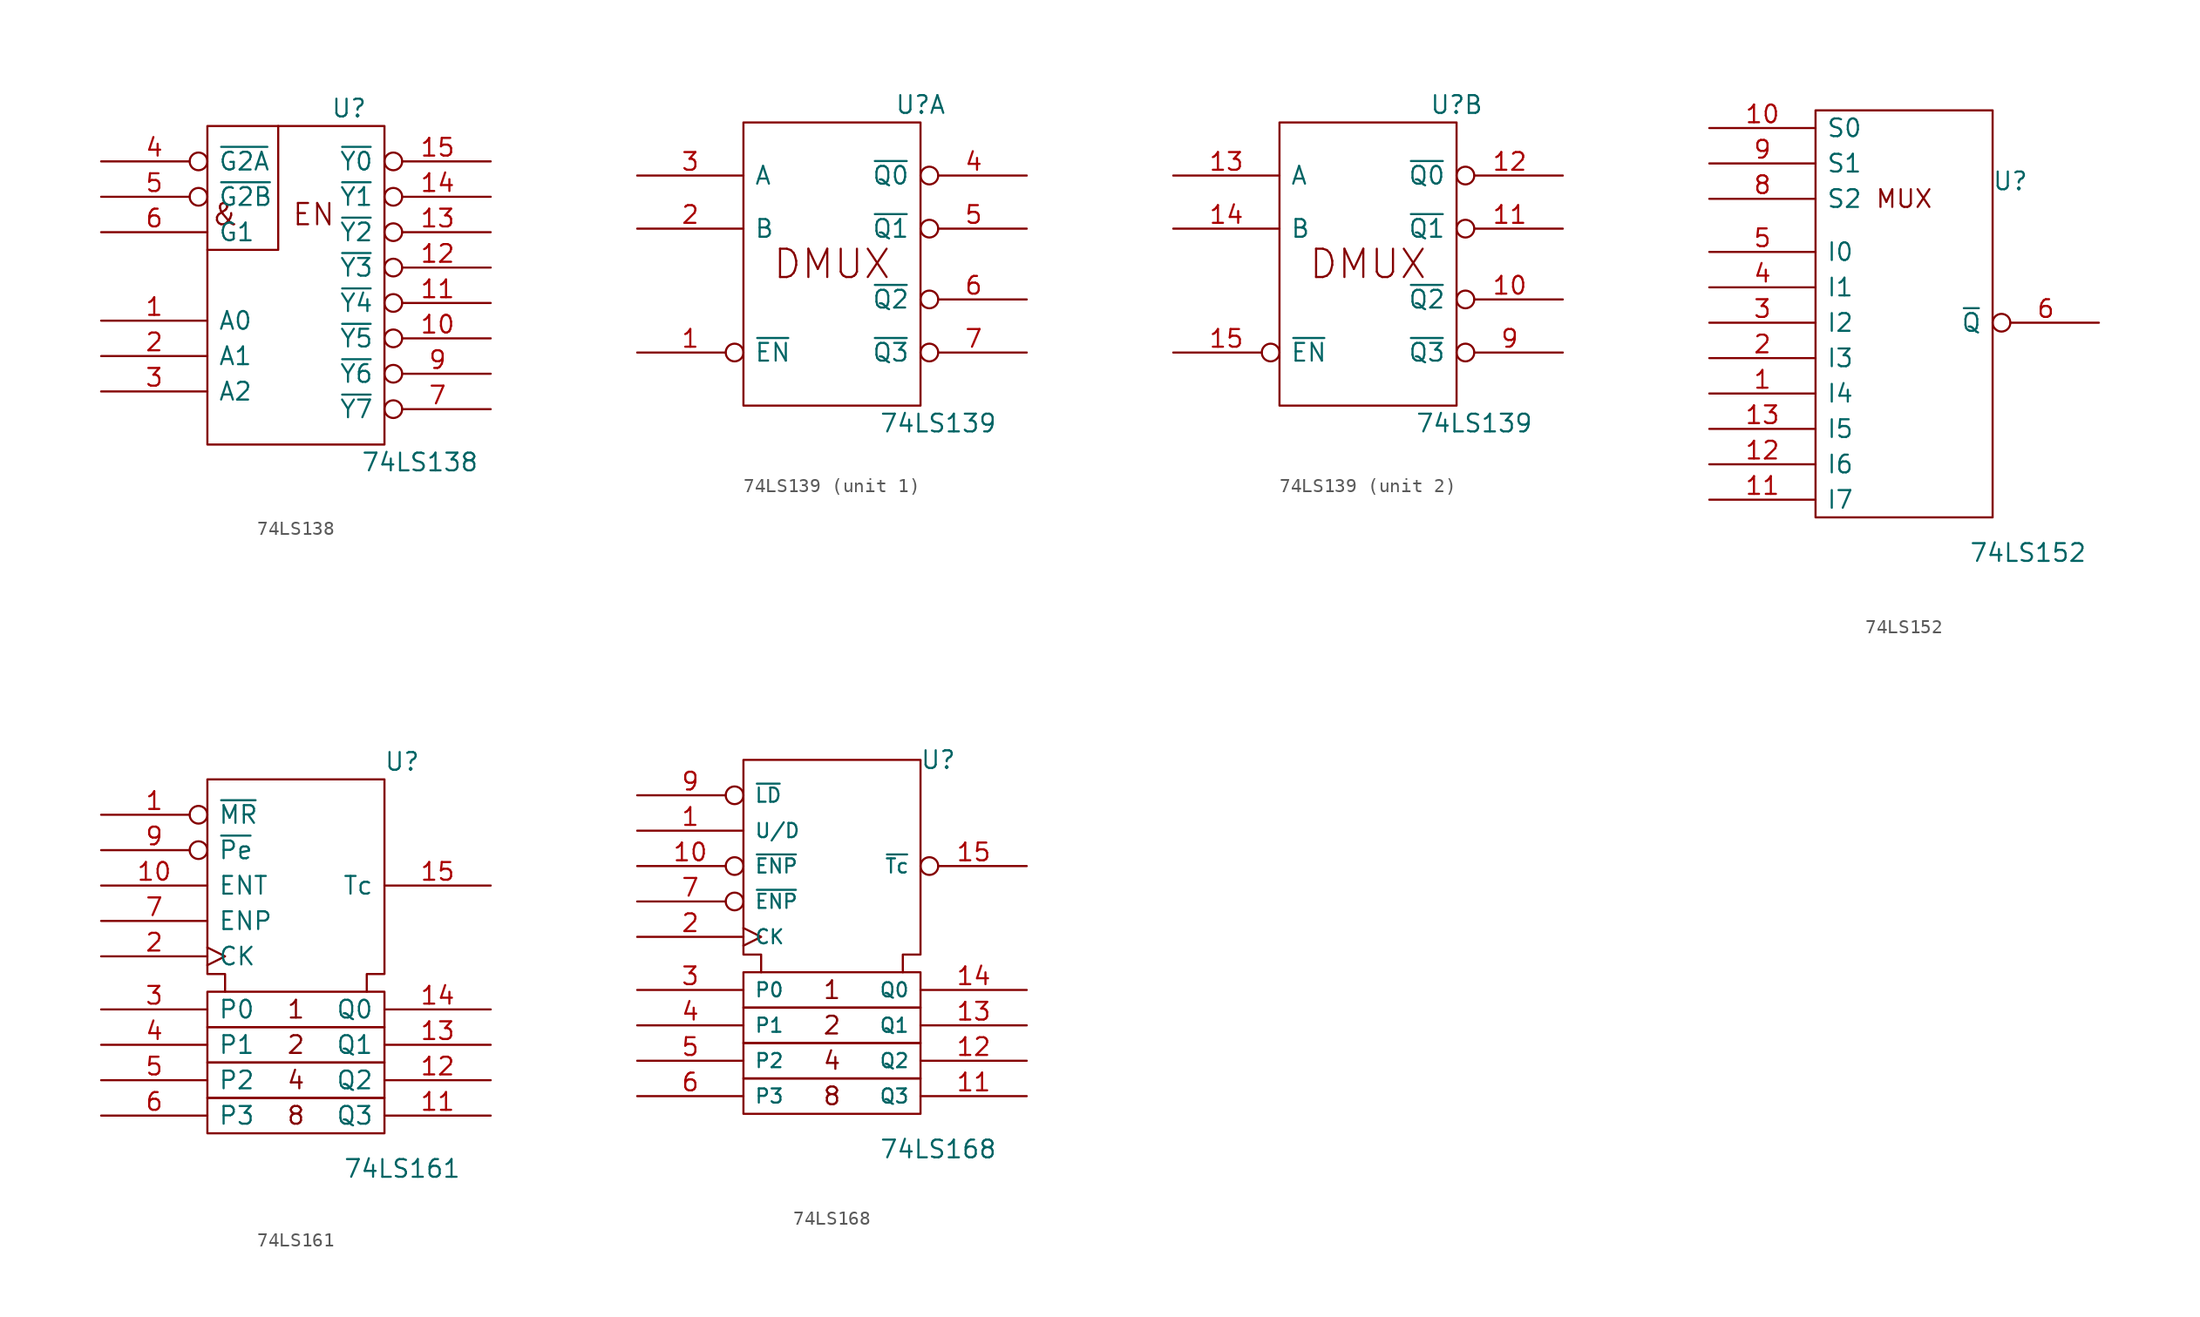
<source format=kicad_sym>
(kicad_symbol_lib
  (version 20201005)
  (generator kicad_symbol_editor)
  (symbol "74LS138"
    (pin_names
      (offset 0.762))
    (property "Reference" "U"
      (at 3.81 8.89 0)
      (effects (font (size 1.27 1.27))))
    (property "Value" "74LS138"
      (at 8.89 -16.51 0)
      (effects (font (size 1.27 1.27))))
    (symbol "74LS138_0_0"
      (text "&" (at -5.08 1.27 0) (effects (font (size 1.524 1.524))))
      (text "EN" (at 1.27 1.27 0) (effects (font (size 1.524 1.524))))
      (polyline (pts (xy -1.27 7.62) (xy -1.27 -1.27) (xy -6.35 -1.27) (xy -6.35 -1.27)) (stroke (width 0)) (fill (type none)))
      (pin power_in line (at 0 7.62 270) (length 0) hide (name "VCC" (effects (font (size 1.27 1.27)))) (number "16" (effects (font (size 1.27 1.27))))))
    (symbol "74LS138_0_1"
      (rectangle (start -6.35 7.62) (end 6.35 -15.24) (stroke (width 0)) (fill (type none))))
    (symbol "74LS138_1_1"
      (pin output inverted (at 13.97 -12.7 180) (length 7.62) (name "~Y7" (effects (font (size 1.27 1.27)))) (number "7" (effects (font (size 1.27 1.27)))))
      (pin output inverted (at 13.97 -10.16 180) (length 7.62) (name "~Y6" (effects (font (size 1.27 1.27)))) (number "9" (effects (font (size 1.27 1.27)))))
      (pin output inverted (at 13.97 -7.62 180) (length 7.62) (name "~Y5" (effects (font (size 1.27 1.27)))) (number "10" (effects (font (size 1.27 1.27)))))
      (pin output inverted (at 13.97 -5.08 180) (length 7.62) (name "~Y4" (effects (font (size 1.27 1.27)))) (number "11" (effects (font (size 1.27 1.27)))))
      (pin output inverted (at 13.97 -2.54 180) (length 7.62) (name "~Y3" (effects (font (size 1.27 1.27)))) (number "12" (effects (font (size 1.27 1.27)))))
      (pin output inverted (at 13.97 0 180) (length 7.62) (name "~Y2" (effects (font (size 1.27 1.27)))) (number "13" (effects (font (size 1.27 1.27)))))
      (pin output inverted (at 13.97 2.54 180) (length 7.62) (name "~Y1" (effects (font (size 1.27 1.27)))) (number "14" (effects (font (size 1.27 1.27)))))
      (pin output inverted (at 13.97 5.08 180) (length 7.62) (name "~Y0" (effects (font (size 1.27 1.27)))) (number "15" (effects (font (size 1.27 1.27)))))
      (pin input line (at -13.97 -11.43 0) (length 7.62) (name "A2" (effects (font (size 1.27 1.27)))) (number "3" (effects (font (size 1.27 1.27)))))
      (pin input line (at -13.97 -8.89 0) (length 7.62) (name "A1" (effects (font (size 1.27 1.27)))) (number "2" (effects (font (size 1.27 1.27)))))
      (pin input line (at -13.97 -6.35 0) (length 7.62) (name "A0" (effects (font (size 1.27 1.27)))) (number "1" (effects (font (size 1.27 1.27)))))
      (pin input line (at -13.97 0 0) (length 7.62) (name "G1" (effects (font (size 1.27 1.27)))) (number "6" (effects (font (size 1.27 1.27)))))
      (pin input inverted (at -13.97 2.54 0) (length 7.62) (name "~G2B" (effects (font (size 1.27 1.27)))) (number "5" (effects (font (size 1.27 1.27)))))
      (pin input inverted (at -13.97 5.08 0) (length 7.62) (name "~G2A" (effects (font (size 1.27 1.27)))) (number "4" (effects (font (size 1.27 1.27)))))
      (pin power_in line (at 0 -15.24 90) (length 0) hide (name "GND" (effects (font (size 1.27 1.27)))) (number "8" (effects (font (size 1.27 1.27)))))))
  (symbol "74LS139"
    (pin_names
      (offset 0.762))
    (property "Reference" "U"
      (at 6.35 11.43 0)
      (effects (font (size 1.27 1.27))))
    (property "Value" "74LS139"
      (at 7.62 -11.43 0)
      (effects (font (size 1.27 1.27))))
    (symbol "74LS139_0_0"
      (text "DMUX" (at 0 0 0) (effects (font (size 2.032 2.032))))
      (rectangle (start -6.35 10.16) (end 6.35 -10.16) (stroke (width 0)) (fill (type none)))
      (pin power_in line (at 0 10.16 270) (length 0) hide (name "VCC" (effects (font (size 1.27 1.27)))) (number "16" (effects (font (size 1.27 1.27)))))
      (pin power_in line (at 0 -10.16 90) (length 0) hide (name "GND" (effects (font (size 1.27 1.27)))) (number "8" (effects (font (size 1.27 1.27))))))
    (symbol "74LS139_1_1"
      (pin output inverted (at 13.97 -6.35 180) (length 7.62) (name "~Q3" (effects (font (size 1.27 1.27)))) (number "7" (effects (font (size 1.27 1.27)))))
      (pin output inverted (at 13.97 -2.54 180) (length 7.62) (name "~Q2" (effects (font (size 1.27 1.27)))) (number "6" (effects (font (size 1.27 1.27)))))
      (pin output inverted (at 13.97 2.54 180) (length 7.62) (name "~Q1" (effects (font (size 1.27 1.27)))) (number "5" (effects (font (size 1.27 1.27)))))
      (pin output inverted (at 13.97 6.35 180) (length 7.62) (name "~Q0" (effects (font (size 1.27 1.27)))) (number "4" (effects (font (size 1.27 1.27)))))
      (pin input inverted (at -13.97 -6.35 0) (length 7.62) (name "~EN" (effects (font (size 1.27 1.27)))) (number "1" (effects (font (size 1.27 1.27)))))
      (pin input line (at -13.97 2.54 0) (length 7.62) (name "B" (effects (font (size 1.27 1.27)))) (number "2" (effects (font (size 1.27 1.27)))))
      (pin input line (at -13.97 6.35 0) (length 7.62) (name "A" (effects (font (size 1.27 1.27)))) (number "3" (effects (font (size 1.27 1.27))))))
    (symbol "74LS139_2_1"
      (pin output inverted (at 13.97 -6.35 180) (length 7.62) (name "~Q3" (effects (font (size 1.27 1.27)))) (number "9" (effects (font (size 1.27 1.27)))))
      (pin output inverted (at 13.97 -2.54 180) (length 7.62) (name "~Q2" (effects (font (size 1.27 1.27)))) (number "10" (effects (font (size 1.27 1.27)))))
      (pin output inverted (at 13.97 2.54 180) (length 7.62) (name "~Q1" (effects (font (size 1.27 1.27)))) (number "11" (effects (font (size 1.27 1.27)))))
      (pin output inverted (at 13.97 6.35 180) (length 7.62) (name "~Q0" (effects (font (size 1.27 1.27)))) (number "12" (effects (font (size 1.27 1.27)))))
      (pin input inverted (at -13.97 -6.35 0) (length 7.62) (name "~EN" (effects (font (size 1.27 1.27)))) (number "15" (effects (font (size 1.27 1.27)))))
      (pin input line (at -13.97 2.54 0) (length 7.62) (name "B" (effects (font (size 1.27 1.27)))) (number "14" (effects (font (size 1.27 1.27)))))
      (pin input line (at -13.97 6.35 0) (length 7.62) (name "A" (effects (font (size 1.27 1.27)))) (number "13" (effects (font (size 1.27 1.27)))))))
  (symbol "74LS152"
    (pin_names
      (offset 0.762))
    (property "Reference" "U"
      (at 7.62 11.43 0)
      (effects (font (size 1.27 1.27))))
    (property "Value" "74LS152"
      (at 8.89 -15.24 0)
      (effects (font (size 1.27 1.27))))
    (symbol "74LS152_0_0"
      (text "MUX" (at 0 10.16 0) (effects (font (size 1.27 1.27))))
      (rectangle (start -6.35 16.51) (end 6.35 -12.7) (stroke (width 0)) (fill (type none)))
      (pin power_in line (at 0 16.51 270) (length 0) hide (name "VCC" (effects (font (size 1.27 1.27)))) (number "14" (effects (font (size 1.27 1.27)))))
      (pin power_in line (at 0 -12.7 90) (length 0) hide (name "GND" (effects (font (size 1.27 1.27)))) (number "7" (effects (font (size 1.27 1.27))))))
    (symbol "74LS152_1_1"
      (pin output inverted (at 13.97 1.27 180) (length 7.62) (name "~Q" (effects (font (size 1.27 1.27)))) (number "6" (effects (font (size 1.27 1.27)))))
      (pin input line (at -13.97 -11.43 0) (length 7.62) (name "I7" (effects (font (size 1.27 1.27)))) (number "11" (effects (font (size 1.27 1.27)))))
      (pin input line (at -13.97 -8.89 0) (length 7.62) (name "I6" (effects (font (size 1.27 1.27)))) (number "12" (effects (font (size 1.27 1.27)))))
      (pin input line (at -13.97 -6.35 0) (length 7.62) (name "I5" (effects (font (size 1.27 1.27)))) (number "13" (effects (font (size 1.27 1.27)))))
      (pin input line (at -13.97 -3.81 0) (length 7.62) (name "I4" (effects (font (size 1.27 1.27)))) (number "1" (effects (font (size 1.27 1.27)))))
      (pin input line (at -13.97 -1.27 0) (length 7.62) (name "I3" (effects (font (size 1.27 1.27)))) (number "2" (effects (font (size 1.27 1.27)))))
      (pin input line (at -13.97 1.27 0) (length 7.62) (name "I2" (effects (font (size 1.27 1.27)))) (number "3" (effects (font (size 1.27 1.27)))))
      (pin input line (at -13.97 3.81 0) (length 7.62) (name "I1" (effects (font (size 1.27 1.27)))) (number "4" (effects (font (size 1.27 1.27)))))
      (pin input line (at -13.97 6.35 0) (length 7.62) (name "I0" (effects (font (size 1.27 1.27)))) (number "5" (effects (font (size 1.27 1.27)))))
      (pin input line (at -13.97 10.16 0) (length 7.62) (name "S2" (effects (font (size 1.27 1.27)))) (number "8" (effects (font (size 1.27 1.27)))))
      (pin input line (at -13.97 12.7 0) (length 7.62) (name "S1" (effects (font (size 1.27 1.27)))) (number "9" (effects (font (size 1.27 1.27)))))
      (pin input line (at -13.97 15.24 0) (length 7.62) (name "S0" (effects (font (size 1.27 1.27)))) (number "10" (effects (font (size 1.27 1.27)))))))
  (symbol "74LS161"
    (pin_names
      (offset 0.762))
    (property "Reference" "U"
      (at 7.62 15.24 0)
      (effects (font (size 1.27 1.27))))
    (property "Value" "74LS161"
      (at 7.62 -13.97 0)
      (effects (font (size 1.27 1.27))))
    (symbol "74LS161_0_0"
      (text "2" (at 0 -5.08 0) (effects (font (size 1.27 1.27))))
      (text "8" (at 0 -10.16 0) (effects (font (size 1.27 1.27))))
      (text "4" (at 0 -7.62 0) (effects (font (size 1.27 1.27))))
      (text "1" (at 0 -2.54 0) (effects (font (size 1.27 1.27))))
      (rectangle (start -6.35 -6.35) (end 6.35 -8.89) (stroke (width 0)) (fill (type none)))
      (rectangle (start -6.35 -3.81) (end 6.35 -6.35) (stroke (width 0)) (fill (type none)))
      (rectangle (start -6.35 -1.27) (end 6.35 -3.81) (stroke (width 0)) (fill (type none)))
      (rectangle (start -6.35 -8.89) (end 6.35 -11.43) (stroke (width 0)) (fill (type none)))
      (polyline (pts (xy -5.08 -1.27) (xy -5.08 0) (xy -6.35 0) (xy -6.35 13.97) (xy 6.35 13.97) (xy 6.35 0) (xy 5.08 0) (xy 5.08 -1.27) (xy 5.08 -1.27)) (stroke (width 0)) (fill (type none)))
      (pin power_in line (at 1.27 13.97 270) (length 0) hide (name "GND" (effects (font (size 1.27 1.27)))) (number "8" (effects (font (size 1.27 1.27)))))
      (pin power_in line (at 3.81 13.97 270) (length 0) hide (name "VCC" (effects (font (size 1.27 1.27)))) (number "16" (effects (font (size 1.27 1.27))))))
    (symbol "74LS161_1_1"
      (pin output line (at 13.97 -10.16 180) (length 7.62) (name "Q3" (effects (font (size 1.27 1.27)))) (number "11" (effects (font (size 1.27 1.27)))))
      (pin output line (at 13.97 -7.62 180) (length 7.62) (name "Q2" (effects (font (size 1.27 1.27)))) (number "12" (effects (font (size 1.27 1.27)))))
      (pin output line (at 13.97 -5.08 180) (length 7.62) (name "Q1" (effects (font (size 1.27 1.27)))) (number "13" (effects (font (size 1.27 1.27)))))
      (pin output line (at 13.97 -2.54 180) (length 7.62) (name "Q0" (effects (font (size 1.27 1.27)))) (number "14" (effects (font (size 1.27 1.27)))))
      (pin output line (at 13.97 6.35 180) (length 7.62) (name "Tc" (effects (font (size 1.27 1.27)))) (number "15" (effects (font (size 1.27 1.27)))))
      (pin input line (at -13.97 -10.16 0) (length 7.62) (name "P3" (effects (font (size 1.27 1.27)))) (number "6" (effects (font (size 1.27 1.27)))))
      (pin input line (at -13.97 -7.62 0) (length 7.62) (name "P2" (effects (font (size 1.27 1.27)))) (number "5" (effects (font (size 1.27 1.27)))))
      (pin input line (at -13.97 -5.08 0) (length 7.62) (name "P1" (effects (font (size 1.27 1.27)))) (number "4" (effects (font (size 1.27 1.27)))))
      (pin input line (at -13.97 -2.54 0) (length 7.62) (name "P0" (effects (font (size 1.27 1.27)))) (number "3" (effects (font (size 1.27 1.27)))))
      (pin input clock (at -13.97 1.27 0) (length 7.62) (name "CK" (effects (font (size 1.27 1.27)))) (number "2" (effects (font (size 1.27 1.27)))))
      (pin input line (at -13.97 3.81 0) (length 7.62) (name "ENP" (effects (font (size 1.27 1.27)))) (number "7" (effects (font (size 1.27 1.27)))))
      (pin input line (at -13.97 6.35 0) (length 7.62) (name "ENT" (effects (font (size 1.27 1.27)))) (number "10" (effects (font (size 1.27 1.27)))))
      (pin input inverted (at -13.97 8.89 0) (length 7.62) (name "~Pe" (effects (font (size 1.27 1.27)))) (number "9" (effects (font (size 1.27 1.27)))))
      (pin input inverted (at -13.97 11.43 0) (length 7.62) (name "~MR" (effects (font (size 1.27 1.27)))) (number "1" (effects (font (size 1.27 1.27)))))))
  (symbol "74LS168"
    (pin_names
      (offset 0.762))
    (property "Reference" "U"
      (at 7.62 13.97 0)
      (effects (font (size 1.27 1.27))))
    (property "Value" "74LS168"
      (at 7.62 -13.97 0)
      (effects (font (size 1.27 1.27))))
    (symbol "74LS168_0_0"
      (text "2" (at 0 -5.08 0) (effects (font (size 1.27 1.27))))
      (text "8" (at 0 -10.16 0) (effects (font (size 1.27 1.27))))
      (text "4" (at 0 -7.62 0) (effects (font (size 1.27 1.27))))
      (text "1" (at 0 -2.54 0) (effects (font (size 1.27 1.27))))
      (rectangle (start -6.35 -6.35) (end 6.35 -8.89) (stroke (width 0)) (fill (type none)))
      (rectangle (start -6.35 -3.81) (end 6.35 -6.35) (stroke (width 0)) (fill (type none)))
      (rectangle (start -6.35 -1.27) (end 6.35 -3.81) (stroke (width 0)) (fill (type none)))
      (rectangle (start -6.35 -8.89) (end 6.35 -11.43) (stroke (width 0)) (fill (type none)))
      (polyline (pts (xy -5.08 -1.27) (xy -5.08 0) (xy -6.35 0) (xy -6.35 13.97) (xy 6.35 13.97) (xy 6.35 0) (xy 5.08 0) (xy 5.08 -1.27) (xy 5.08 -1.27)) (stroke (width 0)) (fill (type none)))
      (pin power_in line (at 1.27 13.97 270) (length 0) hide (name "GND" (effects (font (size 1.016 1.016)))) (number "8" (effects (font (size 1.27 1.27)))))
      (pin power_in line (at 3.81 13.97 270) (length 0) hide (name "VCC" (effects (font (size 1.016 1.016)))) (number "16" (effects (font (size 1.27 1.27))))))
    (symbol "74LS168_1_1"
      (pin output line (at 13.97 -10.16 180) (length 7.62) (name "Q3" (effects (font (size 1.016 1.016)))) (number "11" (effects (font (size 1.27 1.27)))))
      (pin output line (at 13.97 -7.62 180) (length 7.62) (name "Q2" (effects (font (size 1.016 1.016)))) (number "12" (effects (font (size 1.27 1.27)))))
      (pin output line (at 13.97 -5.08 180) (length 7.62) (name "Q1" (effects (font (size 1.016 1.016)))) (number "13" (effects (font (size 1.27 1.27)))))
      (pin output line (at 13.97 -2.54 180) (length 7.62) (name "Q0" (effects (font (size 1.016 1.016)))) (number "14" (effects (font (size 1.27 1.27)))))
      (pin output inverted (at 13.97 6.35 180) (length 7.62) (name "~Tc" (effects (font (size 1.016 1.016)))) (number "15" (effects (font (size 1.27 1.27)))))
      (pin input line (at -13.97 -10.16 0) (length 7.62) (name "P3" (effects (font (size 1.016 1.016)))) (number "6" (effects (font (size 1.27 1.27)))))
      (pin input line (at -13.97 -7.62 0) (length 7.62) (name "P2" (effects (font (size 1.016 1.016)))) (number "5" (effects (font (size 1.27 1.27)))))
      (pin input line (at -13.97 -5.08 0) (length 7.62) (name "P1" (effects (font (size 1.016 1.016)))) (number "4" (effects (font (size 1.27 1.27)))))
      (pin input line (at -13.97 -2.54 0) (length 7.62) (name "P0" (effects (font (size 1.016 1.016)))) (number "3" (effects (font (size 1.27 1.27)))))
      (pin input clock (at -13.97 1.27 0) (length 7.62) (name "CK" (effects (font (size 1.016 1.016)))) (number "2" (effects (font (size 1.27 1.27)))))
      (pin input inverted (at -13.97 3.81 0) (length 7.62) (name "~ENP" (effects (font (size 1.016 1.016)))) (number "7" (effects (font (size 1.27 1.27)))))
      (pin input inverted (at -13.97 6.35 0) (length 7.62) (name "~ENP" (effects (font (size 1.016 1.016)))) (number "10" (effects (font (size 1.27 1.27)))))
      (pin input line (at -13.97 8.89 0) (length 7.62) (name "U/D" (effects (font (size 1.016 1.016)))) (number "1" (effects (font (size 1.27 1.27)))))
      (pin input inverted (at -13.97 11.43 0) (length 7.62) (name "~LD" (effects (font (size 1.016 1.016)))) (number "9" (effects (font (size 1.27 1.27))))))))
</source>
